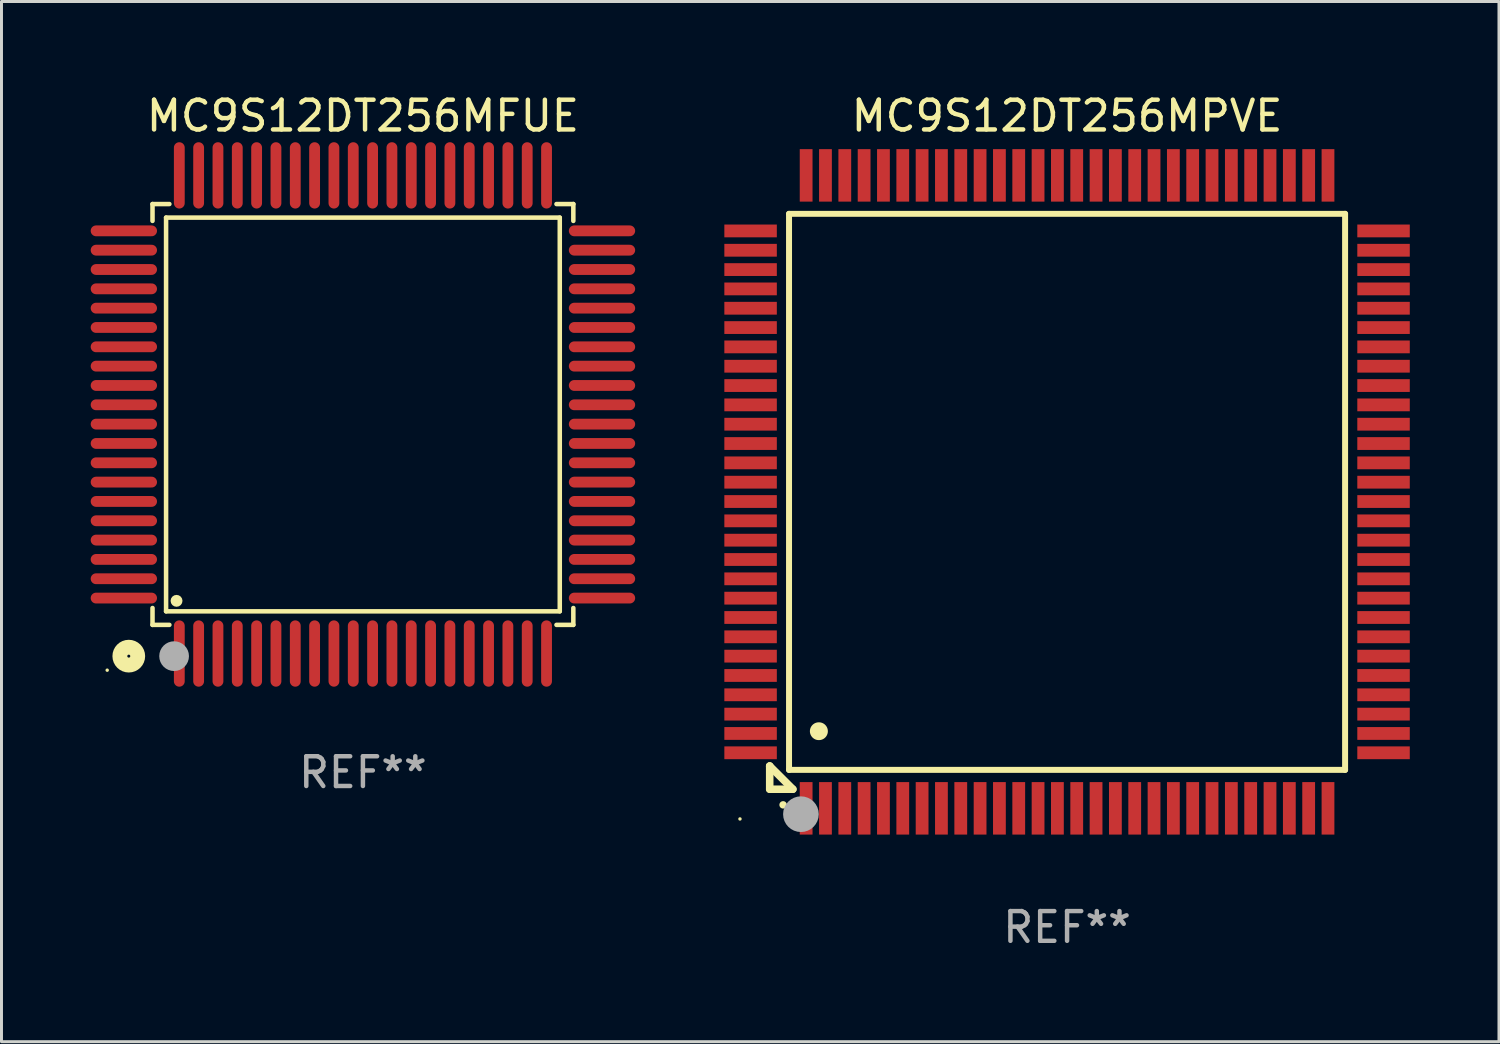
<source format=kicad_pcb>
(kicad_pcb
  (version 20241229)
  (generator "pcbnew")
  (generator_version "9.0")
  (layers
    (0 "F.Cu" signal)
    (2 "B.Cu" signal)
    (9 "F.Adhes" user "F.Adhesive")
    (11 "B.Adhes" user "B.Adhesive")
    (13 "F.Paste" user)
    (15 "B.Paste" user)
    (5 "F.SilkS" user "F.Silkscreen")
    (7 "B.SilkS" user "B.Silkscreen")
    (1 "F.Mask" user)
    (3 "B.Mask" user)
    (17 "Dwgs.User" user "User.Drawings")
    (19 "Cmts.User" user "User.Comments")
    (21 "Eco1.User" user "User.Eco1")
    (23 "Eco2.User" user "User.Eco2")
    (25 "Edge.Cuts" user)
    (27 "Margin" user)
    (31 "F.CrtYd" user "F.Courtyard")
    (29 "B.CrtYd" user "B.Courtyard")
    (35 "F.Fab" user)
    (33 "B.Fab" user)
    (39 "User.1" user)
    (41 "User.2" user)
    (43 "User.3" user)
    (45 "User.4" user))
  (footprint "MC9S12DT256MPVE"
    (layer "F.Cu")
    (at 32.835 13.491)
    (property "Reference" "MC9S12DT256MPVE" (at 0 -12.643 0) (layer "F.SilkS") (effects (font (size 1 1) (thickness 0.15))))
    (attr through_hole)
    (fp_line (start -10 9.221) (end -10 9.221) (stroke (width 0.254) (type solid)) (layer "F.SilkS"))
    (fp_line (start -10 9.221) (end -10 10) (stroke (width 0.254) (type solid)) (layer "F.SilkS"))
    (fp_line (start -10 9.221) (end -9.221 10) (stroke (width 0.254) (type solid)) (layer "F.SilkS"))
    (fp_line (start -10 10) (end -9.221 10) (stroke (width 0.254) (type solid)) (layer "F.SilkS"))
    (fp_line (start -9.35 -9.35) (end -9.35 9.35) (stroke (width 0.201) (type solid)) (layer "F.SilkS"))
    (fp_line (start -9.35 9.35) (end 9.35 9.35) (stroke (width 0.201) (type solid)) (layer "F.SilkS"))
    (fp_line (start 9.35 -9.35) (end -9.35 -9.35) (stroke (width 0.201) (type solid)) (layer "F.SilkS"))
    (fp_line (start 9.35 9.35) (end 9.35 -9.35) (stroke (width 0.201) (type solid)) (layer "F.SilkS"))
    (fp_arc (start -9.550546 10.525832) (mid -9.549276 10.525826) (end -9.548006 10.525832) (stroke (width 0.24892) (type solid)) (layer "F.SilkS"))
    (fp_arc (start -8.349124 8.049327) (mid -8.346584 8.049316) (end -8.344044 8.049327) (stroke (width 0.599441) (type solid)) (layer "F.SilkS"))
    (fp_circle (center -11 11) (end -10.97 11) (stroke (width 0.06) (type solid)) (fill no) (layer "F.SilkS"))
    (fp_circle (center -8.95 10.84) (end -8.65 10.84) (stroke (width 0.6) (type solid)) (fill no) (layer "F.Fab"))
    (fp_text user "REF**" (at 0 14.643 0) (layer "F.Fab") (effects (font (size 1 1) (thickness 0.15))))
    (pad "1" smd rect (at -8.775 10.643) (size 0.43 1.765) (layers "F.Cu" "F.Mask" "F.Paste"))
    (pad "2" smd rect (at -8.125 10.643) (size 0.43 1.765) (layers "F.Cu" "F.Mask" "F.Paste"))
    (pad "3" smd rect (at -7.475 10.643) (size 0.43 1.765) (layers "F.Cu" "F.Mask" "F.Paste"))
    (pad "4" smd rect (at -6.825 10.643) (size 0.43 1.765) (layers "F.Cu" "F.Mask" "F.Paste"))
    (pad "5" smd rect (at -6.175 10.643) (size 0.43 1.765) (layers "F.Cu" "F.Mask" "F.Paste"))
    (pad "6" smd rect (at -5.525 10.643) (size 0.43 1.765) (layers "F.Cu" "F.Mask" "F.Paste"))
    (pad "7" smd rect (at -4.875 10.643) (size 0.43 1.765) (layers "F.Cu" "F.Mask" "F.Paste"))
    (pad "8" smd rect (at -4.225 10.643) (size 0.43 1.765) (layers "F.Cu" "F.Mask" "F.Paste"))
    (pad "9" smd rect (at -3.575 10.643) (size 0.43 1.765) (layers "F.Cu" "F.Mask" "F.Paste"))
    (pad "10" smd rect (at -2.925 10.643) (size 0.43 1.765) (layers "F.Cu" "F.Mask" "F.Paste"))
    (pad "11" smd rect (at -2.275 10.643) (size 0.43 1.765) (layers "F.Cu" "F.Mask" "F.Paste"))
    (pad "12" smd rect (at -1.625 10.643) (size 0.43 1.765) (layers "F.Cu" "F.Mask" "F.Paste"))
    (pad "13" smd rect (at -0.975 10.643) (size 0.43 1.765) (layers "F.Cu" "F.Mask" "F.Paste"))
    (pad "14" smd rect (at -0.325 10.643) (size 0.43 1.765) (layers "F.Cu" "F.Mask" "F.Paste"))
    (pad "15" smd rect (at 0.325 10.643) (size 0.43 1.765) (layers "F.Cu" "F.Mask" "F.Paste"))
    (pad "16" smd rect (at 0.975 10.643) (size 0.43 1.765) (layers "F.Cu" "F.Mask" "F.Paste"))
    (pad "17" smd rect (at 1.625 10.643) (size 0.43 1.765) (layers "F.Cu" "F.Mask" "F.Paste"))
    (pad "18" smd rect (at 2.275 10.643) (size 0.43 1.765) (layers "F.Cu" "F.Mask" "F.Paste"))
    (pad "19" smd rect (at 2.925 10.643) (size 0.43 1.765) (layers "F.Cu" "F.Mask" "F.Paste"))
    (pad "20" smd rect (at 3.575 10.643) (size 0.43 1.765) (layers "F.Cu" "F.Mask" "F.Paste"))
    (pad "21" smd rect (at 4.225 10.643) (size 0.43 1.765) (layers "F.Cu" "F.Mask" "F.Paste"))
    (pad "22" smd rect (at 4.875 10.643) (size 0.43 1.765) (layers "F.Cu" "F.Mask" "F.Paste"))
    (pad "23" smd rect (at 5.525 10.643) (size 0.43 1.765) (layers "F.Cu" "F.Mask" "F.Paste"))
    (pad "24" smd rect (at 6.175 10.643) (size 0.43 1.765) (layers "F.Cu" "F.Mask" "F.Paste"))
    (pad "25" smd rect (at 6.825 10.643) (size 0.43 1.765) (layers "F.Cu" "F.Mask" "F.Paste"))
    (pad "26" smd rect (at 7.475 10.643) (size 0.43 1.765) (layers "F.Cu" "F.Mask" "F.Paste"))
    (pad "27" smd rect (at 8.125 10.643) (size 0.43 1.765) (layers "F.Cu" "F.Mask" "F.Paste"))
    (pad "28" smd rect (at 8.775 10.643) (size 0.43 1.765) (layers "F.Cu" "F.Mask" "F.Paste"))
    (pad "29" smd rect (at 10.643 8.775) (size 1.765 0.43) (layers "F.Cu" "F.Mask" "F.Paste"))
    (pad "30" smd rect (at 10.643 8.125) (size 1.765 0.43) (layers "F.Cu" "F.Mask" "F.Paste"))
    (pad "31" smd rect (at 10.643 7.475) (size 1.765 0.43) (layers "F.Cu" "F.Mask" "F.Paste"))
    (pad "32" smd rect (at 10.643 6.825) (size 1.765 0.43) (layers "F.Cu" "F.Mask" "F.Paste"))
    (pad "33" smd rect (at 10.643 6.175) (size 1.765 0.43) (layers "F.Cu" "F.Mask" "F.Paste"))
    (pad "34" smd rect (at 10.643 5.525) (size 1.765 0.43) (layers "F.Cu" "F.Mask" "F.Paste"))
    (pad "35" smd rect (at 10.643 4.875) (size 1.765 0.43) (layers "F.Cu" "F.Mask" "F.Paste"))
    (pad "36" smd rect (at 10.643 4.225) (size 1.765 0.43) (layers "F.Cu" "F.Mask" "F.Paste"))
    (pad "37" smd rect (at 10.643 3.575) (size 1.765 0.43) (layers "F.Cu" "F.Mask" "F.Paste"))
    (pad "38" smd rect (at 10.643 2.925) (size 1.765 0.43) (layers "F.Cu" "F.Mask" "F.Paste"))
    (pad "39" smd rect (at 10.643 2.275) (size 1.765 0.43) (layers "F.Cu" "F.Mask" "F.Paste"))
    (pad "40" smd rect (at 10.643 1.625) (size 1.765 0.43) (layers "F.Cu" "F.Mask" "F.Paste"))
    (pad "41" smd rect (at 10.643 0.975) (size 1.765 0.43) (layers "F.Cu" "F.Mask" "F.Paste"))
    (pad "42" smd rect (at 10.643 0.325) (size 1.765 0.43) (layers "F.Cu" "F.Mask" "F.Paste"))
    (pad "43" smd rect (at 10.643 -0.325) (size 1.765 0.43) (layers "F.Cu" "F.Mask" "F.Paste"))
    (pad "44" smd rect (at 10.643 -0.975) (size 1.765 0.43) (layers "F.Cu" "F.Mask" "F.Paste"))
    (pad "45" smd rect (at 10.643 -1.625) (size 1.765 0.43) (layers "F.Cu" "F.Mask" "F.Paste"))
    (pad "46" smd rect (at 10.643 -2.275) (size 1.765 0.43) (layers "F.Cu" "F.Mask" "F.Paste"))
    (pad "47" smd rect (at 10.643 -2.925) (size 1.765 0.43) (layers "F.Cu" "F.Mask" "F.Paste"))
    (pad "48" smd rect (at 10.643 -3.575) (size 1.765 0.43) (layers "F.Cu" "F.Mask" "F.Paste"))
    (pad "49" smd rect (at 10.643 -4.225) (size 1.765 0.43) (layers "F.Cu" "F.Mask" "F.Paste"))
    (pad "50" smd rect (at 10.643 -4.875) (size 1.765 0.43) (layers "F.Cu" "F.Mask" "F.Paste"))
    (pad "51" smd rect (at 10.643 -5.525) (size 1.765 0.43) (layers "F.Cu" "F.Mask" "F.Paste"))
    (pad "52" smd rect (at 10.643 -6.175) (size 1.765 0.43) (layers "F.Cu" "F.Mask" "F.Paste"))
    (pad "53" smd rect (at 10.643 -6.825) (size 1.765 0.43) (layers "F.Cu" "F.Mask" "F.Paste"))
    (pad "54" smd rect (at 10.643 -7.475) (size 1.765 0.43) (layers "F.Cu" "F.Mask" "F.Paste"))
    (pad "55" smd rect (at 10.643 -8.125) (size 1.765 0.43) (layers "F.Cu" "F.Mask" "F.Paste"))
    (pad "56" smd rect (at 10.643 -8.775) (size 1.765 0.43) (layers "F.Cu" "F.Mask" "F.Paste"))
    (pad "57" smd rect (at 8.775 -10.643) (size 0.43 1.765) (layers "F.Cu" "F.Mask" "F.Paste"))
    (pad "58" smd rect (at 8.125 -10.643) (size 0.43 1.765) (layers "F.Cu" "F.Mask" "F.Paste"))
    (pad "59" smd rect (at 7.475 -10.643) (size 0.43 1.765) (layers "F.Cu" "F.Mask" "F.Paste"))
    (pad "60" smd rect (at 6.825 -10.643) (size 0.43 1.765) (layers "F.Cu" "F.Mask" "F.Paste"))
    (pad "61" smd rect (at 6.175 -10.643) (size 0.43 1.765) (layers "F.Cu" "F.Mask" "F.Paste"))
    (pad "62" smd rect (at 5.525 -10.643) (size 0.43 1.765) (layers "F.Cu" "F.Mask" "F.Paste"))
    (pad "63" smd rect (at 4.875 -10.643) (size 0.43 1.765) (layers "F.Cu" "F.Mask" "F.Paste"))
    (pad "64" smd rect (at 4.225 -10.643) (size 0.43 1.765) (layers "F.Cu" "F.Mask" "F.Paste"))
    (pad "65" smd rect (at 3.575 -10.643) (size 0.43 1.765) (layers "F.Cu" "F.Mask" "F.Paste"))
    (pad "66" smd rect (at 2.925 -10.643) (size 0.43 1.765) (layers "F.Cu" "F.Mask" "F.Paste"))
    (pad "67" smd rect (at 2.275 -10.643) (size 0.43 1.765) (layers "F.Cu" "F.Mask" "F.Paste"))
    (pad "68" smd rect (at 1.625 -10.643) (size 0.43 1.765) (layers "F.Cu" "F.Mask" "F.Paste"))
    (pad "69" smd rect (at 0.975 -10.643) (size 0.43 1.765) (layers "F.Cu" "F.Mask" "F.Paste"))
    (pad "70" smd rect (at 0.325 -10.643) (size 0.43 1.765) (layers "F.Cu" "F.Mask" "F.Paste"))
    (pad "71" smd rect (at -0.325 -10.643) (size 0.43 1.765) (layers "F.Cu" "F.Mask" "F.Paste"))
    (pad "72" smd rect (at -0.975 -10.643) (size 0.43 1.765) (layers "F.Cu" "F.Mask" "F.Paste"))
    (pad "73" smd rect (at -1.625 -10.643) (size 0.43 1.765) (layers "F.Cu" "F.Mask" "F.Paste"))
    (pad "74" smd rect (at -2.275 -10.643) (size 0.43 1.765) (layers "F.Cu" "F.Mask" "F.Paste"))
    (pad "75" smd rect (at -2.925 -10.643) (size 0.43 1.765) (layers "F.Cu" "F.Mask" "F.Paste"))
    (pad "76" smd rect (at -3.575 -10.643) (size 0.43 1.765) (layers "F.Cu" "F.Mask" "F.Paste"))
    (pad "77" smd rect (at -4.225 -10.643) (size 0.43 1.765) (layers "F.Cu" "F.Mask" "F.Paste"))
    (pad "78" smd rect (at -4.875 -10.643) (size 0.43 1.765) (layers "F.Cu" "F.Mask" "F.Paste"))
    (pad "79" smd rect (at -5.525 -10.643) (size 0.43 1.765) (layers "F.Cu" "F.Mask" "F.Paste"))
    (pad "80" smd rect (at -6.175 -10.643) (size 0.43 1.765) (layers "F.Cu" "F.Mask" "F.Paste"))
    (pad "81" smd rect (at -6.825 -10.643) (size 0.43 1.765) (layers "F.Cu" "F.Mask" "F.Paste"))
    (pad "82" smd rect (at -7.475 -10.643) (size 0.43 1.765) (layers "F.Cu" "F.Mask" "F.Paste"))
    (pad "83" smd rect (at -8.125 -10.643) (size 0.43 1.765) (layers "F.Cu" "F.Mask" "F.Paste"))
    (pad "84" smd rect (at -8.775 -10.643) (size 0.43 1.765) (layers "F.Cu" "F.Mask" "F.Paste"))
    (pad "85" smd rect (at -10.643 -8.775) (size 1.765 0.43) (layers "F.Cu" "F.Mask" "F.Paste"))
    (pad "86" smd rect (at -10.643 -8.125) (size 1.765 0.43) (layers "F.Cu" "F.Mask" "F.Paste"))
    (pad "87" smd rect (at -10.643 -7.475) (size 1.765 0.43) (layers "F.Cu" "F.Mask" "F.Paste"))
    (pad "88" smd rect (at -10.643 -6.825) (size 1.765 0.43) (layers "F.Cu" "F.Mask" "F.Paste"))
    (pad "89" smd rect (at -10.643 -6.175) (size 1.765 0.43) (layers "F.Cu" "F.Mask" "F.Paste"))
    (pad "90" smd rect (at -10.643 -5.525) (size 1.765 0.43) (layers "F.Cu" "F.Mask" "F.Paste"))
    (pad "91" smd rect (at -10.643 -4.875) (size 1.765 0.43) (layers "F.Cu" "F.Mask" "F.Paste"))
    (pad "92" smd rect (at -10.643 -4.225) (size 1.765 0.43) (layers "F.Cu" "F.Mask" "F.Paste"))
    (pad "93" smd rect (at -10.643 -3.575) (size 1.765 0.43) (layers "F.Cu" "F.Mask" "F.Paste"))
    (pad "94" smd rect (at -10.643 -2.925) (size 1.765 0.43) (layers "F.Cu" "F.Mask" "F.Paste"))
    (pad "95" smd rect (at -10.643 -2.275) (size 1.765 0.43) (layers "F.Cu" "F.Mask" "F.Paste"))
    (pad "96" smd rect (at -10.643 -1.625) (size 1.765 0.43) (layers "F.Cu" "F.Mask" "F.Paste"))
    (pad "97" smd rect (at -10.643 -0.975) (size 1.765 0.43) (layers "F.Cu" "F.Mask" "F.Paste"))
    (pad "98" smd rect (at -10.643 -0.325) (size 1.765 0.43) (layers "F.Cu" "F.Mask" "F.Paste"))
    (pad "99" smd rect (at -10.643 0.325) (size 1.765 0.43) (layers "F.Cu" "F.Mask" "F.Paste"))
    (pad "100" smd rect (at -10.643 0.975) (size 1.765 0.43) (layers "F.Cu" "F.Mask" "F.Paste"))
    (pad "101" smd rect (at -10.643 1.625) (size 1.765 0.43) (layers "F.Cu" "F.Mask" "F.Paste"))
    (pad "102" smd rect (at -10.643 2.275) (size 1.765 0.43) (layers "F.Cu" "F.Mask" "F.Paste"))
    (pad "103" smd rect (at -10.643 2.925) (size 1.765 0.43) (layers "F.Cu" "F.Mask" "F.Paste"))
    (pad "104" smd rect (at -10.643 3.575) (size 1.765 0.43) (layers "F.Cu" "F.Mask" "F.Paste"))
    (pad "105" smd rect (at -10.643 4.225) (size 1.765 0.43) (layers "F.Cu" "F.Mask" "F.Paste"))
    (pad "106" smd rect (at -10.643 4.875) (size 1.765 0.43) (layers "F.Cu" "F.Mask" "F.Paste"))
    (pad "107" smd rect (at -10.643 5.525) (size 1.765 0.43) (layers "F.Cu" "F.Mask" "F.Paste"))
    (pad "108" smd rect (at -10.643 6.175) (size 1.765 0.43) (layers "F.Cu" "F.Mask" "F.Paste"))
    (pad "109" smd rect (at -10.643 6.825) (size 1.765 0.43) (layers "F.Cu" "F.Mask" "F.Paste"))
    (pad "110" smd rect (at -10.643 7.475) (size 1.765 0.43) (layers "F.Cu" "F.Mask" "F.Paste"))
    (pad "111" smd rect (at -10.643 8.125) (size 1.765 0.43) (layers "F.Cu" "F.Mask" "F.Paste"))
    (pad "112" smd rect (at -10.643 8.775) (size 1.765 0.43) (layers "F.Cu" "F.Mask" "F.Paste")))
  (footprint "MC9S12DT256MFUE"
    (layer "F.Cu")
    (at 9.155 10.888)
    (property "Reference" "MC9S12DT256MFUE" (at 0 -10.04 0) (layer "F.SilkS") (effects (font (size 1 1) (thickness 0.15))))
    (attr through_hole)
    (fp_line (start -7.076 -7.076) (end -7.076 -6.509) (stroke (width 0.152) (type solid)) (layer "F.SilkS"))
    (fp_line (start -7.076 7.076) (end -7.076 6.509) (stroke (width 0.152) (type solid)) (layer "F.SilkS"))
    (fp_line (start -6.62 -6.62) (end 6.62 -6.62) (stroke (width 0.152) (type solid)) (layer "F.SilkS"))
    (fp_line (start -6.62 6.62) (end -6.62 -6.62) (stroke (width 0.152) (type solid)) (layer "F.SilkS"))
    (fp_line (start -6.509 -7.076) (end -7.076 -7.076) (stroke (width 0.152) (type solid)) (layer "F.SilkS"))
    (fp_line (start -6.509 7.076) (end -7.076 7.076) (stroke (width 0.152) (type solid)) (layer "F.SilkS"))
    (fp_line (start 6.509 -7.076) (end 7.076 -7.076) (stroke (width 0.152) (type solid)) (layer "F.SilkS"))
    (fp_line (start 6.509 7.076) (end 7.076 7.076) (stroke (width 0.152) (type solid)) (layer "F.SilkS"))
    (fp_line (start 6.62 -6.62) (end 6.62 6.62) (stroke (width 0.152) (type solid)) (layer "F.SilkS"))
    (fp_line (start 6.62 6.62) (end -6.62 6.62) (stroke (width 0.152) (type solid)) (layer "F.SilkS"))
    (fp_line (start 7.076 -7.076) (end 7.076 -6.509) (stroke (width 0.152) (type solid)) (layer "F.SilkS"))
    (fp_line (start 7.076 7.076) (end 7.076 6.509) (stroke (width 0.152) (type solid)) (layer "F.SilkS"))
    (fp_circle (center -8.6 8.6) (end -8.57 8.6) (stroke (width 0.06) (type solid)) (fill no) (layer "F.SilkS"))
    (fp_circle (center -7.874 8.128) (end -7.574 8.128) (stroke (width 0.5) (type solid)) (fill no) (layer "F.SilkS"))
    (fp_circle (center -6.268 6.268) (end -6.168 6.268) (stroke (width 0.2) (type solid)) (fill no) (layer "F.SilkS"))
    (fp_circle (center -6.35 8.128) (end -6.1 8.128) (stroke (width 0.5) (type solid)) (fill no) (layer "F.Fab"))
    (fp_text user "REF**" (at 0 12.04 0) (layer "F.Fab") (effects (font (size 1 1) (thickness 0.15))))
    (pad "1" smd oval (at -6.175 8.04) (size 0.364 2.23) (layers "F.Cu" "F.Mask" "F.Paste"))
    (pad "2" smd oval (at -5.525 8.04) (size 0.364 2.23) (layers "F.Cu" "F.Mask" "F.Paste"))
    (pad "3" smd oval (at -4.875 8.04) (size 0.364 2.23) (layers "F.Cu" "F.Mask" "F.Paste"))
    (pad "4" smd oval (at -4.225 8.04) (size 0.364 2.23) (layers "F.Cu" "F.Mask" "F.Paste"))
    (pad "5" smd oval (at -3.575 8.04) (size 0.364 2.23) (layers "F.Cu" "F.Mask" "F.Paste"))
    (pad "6" smd oval (at -2.925 8.04) (size 0.364 2.23) (layers "F.Cu" "F.Mask" "F.Paste"))
    (pad "7" smd oval (at -2.275 8.04) (size 0.364 2.23) (layers "F.Cu" "F.Mask" "F.Paste"))
    (pad "8" smd oval (at -1.625 8.04) (size 0.364 2.23) (layers "F.Cu" "F.Mask" "F.Paste"))
    (pad "9" smd oval (at -0.975 8.04) (size 0.364 2.23) (layers "F.Cu" "F.Mask" "F.Paste"))
    (pad "10" smd oval (at -0.325 8.04) (size 0.364 2.23) (layers "F.Cu" "F.Mask" "F.Paste"))
    (pad "11" smd oval (at 0.325 8.04) (size 0.364 2.23) (layers "F.Cu" "F.Mask" "F.Paste"))
    (pad "12" smd oval (at 0.975 8.04) (size 0.364 2.23) (layers "F.Cu" "F.Mask" "F.Paste"))
    (pad "13" smd oval (at 1.625 8.04) (size 0.364 2.23) (layers "F.Cu" "F.Mask" "F.Paste"))
    (pad "14" smd oval (at 2.275 8.04) (size 0.364 2.23) (layers "F.Cu" "F.Mask" "F.Paste"))
    (pad "15" smd oval (at 2.925 8.04) (size 0.364 2.23) (layers "F.Cu" "F.Mask" "F.Paste"))
    (pad "16" smd oval (at 3.575 8.04) (size 0.364 2.23) (layers "F.Cu" "F.Mask" "F.Paste"))
    (pad "17" smd oval (at 4.225 8.04) (size 0.364 2.23) (layers "F.Cu" "F.Mask" "F.Paste"))
    (pad "18" smd oval (at 4.875 8.04) (size 0.364 2.23) (layers "F.Cu" "F.Mask" "F.Paste"))
    (pad "19" smd oval (at 5.525 8.04) (size 0.364 2.23) (layers "F.Cu" "F.Mask" "F.Paste"))
    (pad "20" smd oval (at 6.175 8.04) (size 0.364 2.23) (layers "F.Cu" "F.Mask" "F.Paste"))
    (pad "21" smd oval (at 8.04 6.175) (size 2.23 0.364) (layers "F.Cu" "F.Mask" "F.Paste"))
    (pad "22" smd oval (at 8.04 5.525) (size 2.23 0.364) (layers "F.Cu" "F.Mask" "F.Paste"))
    (pad "23" smd oval (at 8.04 4.875) (size 2.23 0.364) (layers "F.Cu" "F.Mask" "F.Paste"))
    (pad "24" smd oval (at 8.04 4.225) (size 2.23 0.364) (layers "F.Cu" "F.Mask" "F.Paste"))
    (pad "25" smd oval (at 8.04 3.575) (size 2.23 0.364) (layers "F.Cu" "F.Mask" "F.Paste"))
    (pad "26" smd oval (at 8.04 2.925) (size 2.23 0.364) (layers "F.Cu" "F.Mask" "F.Paste"))
    (pad "27" smd oval (at 8.04 2.275) (size 2.23 0.364) (layers "F.Cu" "F.Mask" "F.Paste"))
    (pad "28" smd oval (at 8.04 1.625) (size 2.23 0.364) (layers "F.Cu" "F.Mask" "F.Paste"))
    (pad "29" smd oval (at 8.04 0.975) (size 2.23 0.364) (layers "F.Cu" "F.Mask" "F.Paste"))
    (pad "30" smd oval (at 8.04 0.325) (size 2.23 0.364) (layers "F.Cu" "F.Mask" "F.Paste"))
    (pad "31" smd oval (at 8.04 -0.325) (size 2.23 0.364) (layers "F.Cu" "F.Mask" "F.Paste"))
    (pad "32" smd oval (at 8.04 -0.975) (size 2.23 0.364) (layers "F.Cu" "F.Mask" "F.Paste"))
    (pad "33" smd oval (at 8.04 -1.625) (size 2.23 0.364) (layers "F.Cu" "F.Mask" "F.Paste"))
    (pad "34" smd oval (at 8.04 -2.275) (size 2.23 0.364) (layers "F.Cu" "F.Mask" "F.Paste"))
    (pad "35" smd oval (at 8.04 -2.925) (size 2.23 0.364) (layers "F.Cu" "F.Mask" "F.Paste"))
    (pad "36" smd oval (at 8.04 -3.575) (size 2.23 0.364) (layers "F.Cu" "F.Mask" "F.Paste"))
    (pad "37" smd oval (at 8.04 -4.225) (size 2.23 0.364) (layers "F.Cu" "F.Mask" "F.Paste"))
    (pad "38" smd oval (at 8.04 -4.875) (size 2.23 0.364) (layers "F.Cu" "F.Mask" "F.Paste"))
    (pad "39" smd oval (at 8.04 -5.525) (size 2.23 0.364) (layers "F.Cu" "F.Mask" "F.Paste"))
    (pad "40" smd oval (at 8.04 -6.175) (size 2.23 0.364) (layers "F.Cu" "F.Mask" "F.Paste"))
    (pad "41" smd oval (at 6.175 -8.04) (size 0.364 2.23) (layers "F.Cu" "F.Mask" "F.Paste"))
    (pad "42" smd oval (at 5.525 -8.04) (size 0.364 2.23) (layers "F.Cu" "F.Mask" "F.Paste"))
    (pad "43" smd oval (at 4.875 -8.04) (size 0.364 2.23) (layers "F.Cu" "F.Mask" "F.Paste"))
    (pad "44" smd oval (at 4.225 -8.04) (size 0.364 2.23) (layers "F.Cu" "F.Mask" "F.Paste"))
    (pad "45" smd oval (at 3.575 -8.04) (size 0.364 2.23) (layers "F.Cu" "F.Mask" "F.Paste"))
    (pad "46" smd oval (at 2.925 -8.04) (size 0.364 2.23) (layers "F.Cu" "F.Mask" "F.Paste"))
    (pad "47" smd oval (at 2.275 -8.04) (size 0.364 2.23) (layers "F.Cu" "F.Mask" "F.Paste"))
    (pad "48" smd oval (at 1.625 -8.04) (size 0.364 2.23) (layers "F.Cu" "F.Mask" "F.Paste"))
    (pad "49" smd oval (at 0.975 -8.04) (size 0.364 2.23) (layers "F.Cu" "F.Mask" "F.Paste"))
    (pad "50" smd oval (at 0.325 -8.04) (size 0.364 2.23) (layers "F.Cu" "F.Mask" "F.Paste"))
    (pad "51" smd oval (at -0.325 -8.04) (size 0.364 2.23) (layers "F.Cu" "F.Mask" "F.Paste"))
    (pad "52" smd oval (at -0.975 -8.04) (size 0.364 2.23) (layers "F.Cu" "F.Mask" "F.Paste"))
    (pad "53" smd oval (at -1.625 -8.04) (size 0.364 2.23) (layers "F.Cu" "F.Mask" "F.Paste"))
    (pad "54" smd oval (at -2.275 -8.04) (size 0.364 2.23) (layers "F.Cu" "F.Mask" "F.Paste"))
    (pad "55" smd oval (at -2.925 -8.04) (size 0.364 2.23) (layers "F.Cu" "F.Mask" "F.Paste"))
    (pad "56" smd oval (at -3.575 -8.04) (size 0.364 2.23) (layers "F.Cu" "F.Mask" "F.Paste"))
    (pad "57" smd oval (at -4.225 -8.04) (size 0.364 2.23) (layers "F.Cu" "F.Mask" "F.Paste"))
    (pad "58" smd oval (at -4.875 -8.04) (size 0.364 2.23) (layers "F.Cu" "F.Mask" "F.Paste"))
    (pad "59" smd oval (at -5.525 -8.04) (size 0.364 2.23) (layers "F.Cu" "F.Mask" "F.Paste"))
    (pad "60" smd oval (at -6.175 -8.04) (size 0.364 2.23) (layers "F.Cu" "F.Mask" "F.Paste"))
    (pad "61" smd oval (at -8.04 -6.175) (size 2.23 0.364) (layers "F.Cu" "F.Mask" "F.Paste"))
    (pad "62" smd oval (at -8.04 -5.525) (size 2.23 0.364) (layers "F.Cu" "F.Mask" "F.Paste"))
    (pad "63" smd oval (at -8.04 -4.875) (size 2.23 0.364) (layers "F.Cu" "F.Mask" "F.Paste"))
    (pad "64" smd oval (at -8.04 -4.225) (size 2.23 0.364) (layers "F.Cu" "F.Mask" "F.Paste"))
    (pad "65" smd oval (at -8.04 -3.575) (size 2.23 0.364) (layers "F.Cu" "F.Mask" "F.Paste"))
    (pad "66" smd oval (at -8.04 -2.925) (size 2.23 0.364) (layers "F.Cu" "F.Mask" "F.Paste"))
    (pad "67" smd oval (at -8.04 -2.275) (size 2.23 0.364) (layers "F.Cu" "F.Mask" "F.Paste"))
    (pad "68" smd oval (at -8.04 -1.625) (size 2.23 0.364) (layers "F.Cu" "F.Mask" "F.Paste"))
    (pad "69" smd oval (at -8.04 -0.975) (size 2.23 0.364) (layers "F.Cu" "F.Mask" "F.Paste"))
    (pad "70" smd oval (at -8.04 -0.325) (size 2.23 0.364) (layers "F.Cu" "F.Mask" "F.Paste"))
    (pad "71" smd oval (at -8.04 0.325) (size 2.23 0.364) (layers "F.Cu" "F.Mask" "F.Paste"))
    (pad "72" smd oval (at -8.04 0.975) (size 2.23 0.364) (layers "F.Cu" "F.Mask" "F.Paste"))
    (pad "73" smd oval (at -8.04 1.625) (size 2.23 0.364) (layers "F.Cu" "F.Mask" "F.Paste"))
    (pad "74" smd oval (at -8.04 2.275) (size 2.23 0.364) (layers "F.Cu" "F.Mask" "F.Paste"))
    (pad "75" smd oval (at -8.04 2.925) (size 2.23 0.364) (layers "F.Cu" "F.Mask" "F.Paste"))
    (pad "76" smd oval (at -8.04 3.575) (size 2.23 0.364) (layers "F.Cu" "F.Mask" "F.Paste"))
    (pad "77" smd oval (at -8.04 4.225) (size 2.23 0.364) (layers "F.Cu" "F.Mask" "F.Paste"))
    (pad "78" smd oval (at -8.04 4.875) (size 2.23 0.364) (layers "F.Cu" "F.Mask" "F.Paste"))
    (pad "79" smd oval (at -8.04 5.525) (size 2.23 0.364) (layers "F.Cu" "F.Mask" "F.Paste"))
    (pad "80" smd oval (at -8.04 6.175) (size 2.23 0.364) (layers "F.Cu" "F.Mask" "F.Paste")))
  (gr_rect
    (start -3 -3)
    (end 47.36 31.982)
    (stroke (width 0.1) (type default))
    (fill no)
    (layer "Edge.Cuts")))
</source>
